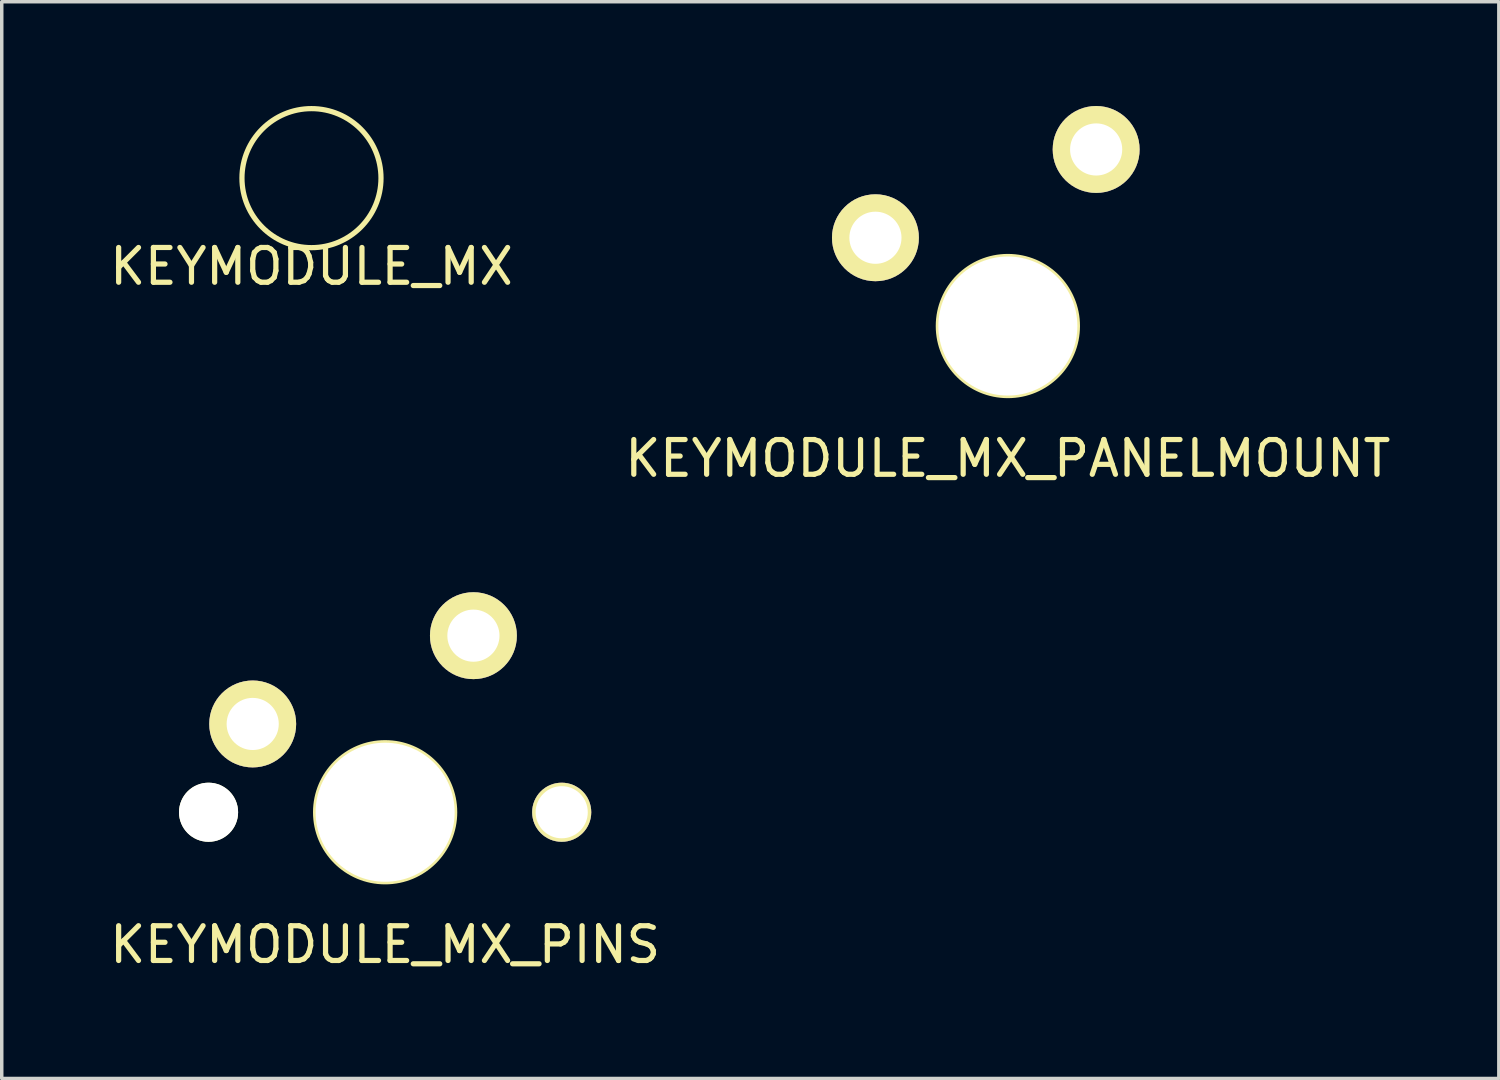
<source format=kicad_pcb>
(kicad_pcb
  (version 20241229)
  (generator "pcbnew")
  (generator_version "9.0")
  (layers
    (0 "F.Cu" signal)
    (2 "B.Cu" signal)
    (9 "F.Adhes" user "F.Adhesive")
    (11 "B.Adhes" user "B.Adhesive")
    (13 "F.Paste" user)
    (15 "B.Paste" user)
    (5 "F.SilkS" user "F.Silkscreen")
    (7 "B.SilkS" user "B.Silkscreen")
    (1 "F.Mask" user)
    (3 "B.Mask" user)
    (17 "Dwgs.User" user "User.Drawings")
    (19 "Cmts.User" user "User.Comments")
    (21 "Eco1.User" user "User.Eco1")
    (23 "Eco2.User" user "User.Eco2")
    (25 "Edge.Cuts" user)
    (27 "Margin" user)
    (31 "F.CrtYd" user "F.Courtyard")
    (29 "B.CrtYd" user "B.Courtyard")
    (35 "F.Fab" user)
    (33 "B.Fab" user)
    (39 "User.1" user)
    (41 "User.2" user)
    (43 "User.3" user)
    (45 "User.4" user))
  (footprint "KEYMODULE_MX_PINS"
    (layer "F.Cu")
    (at 8.03 20.318)
    (property "Reference" "KEYMODULE_MX_PINS" (at 0 3.81 0) (layer "F.SilkS") (effects (font (size 1 1) (thickness 0.15))))
    (attr through_hole)
    (fp_circle (center 0 0) (end 2 0) (stroke (width 0.15) (type solid)) (fill no) (layer "F.SilkS"))
    (pad "" np_thru_hole circle (at -5.08 0) (size 1.7 1.7) (drill 1.7) (layers "*.Cu" "*.Mask" "F.SilkS"))
    (pad "" np_thru_hole circle (at 0 0) (size 4 4) (drill 4) (layers "*.Cu" "*.Mask" "F.SilkS"))
    (pad "" np_thru_hole circle (at 5.08 0) (size 1.7 1.7) (drill 1.5) (layers "*.Cu" "*.Mask" "F.SilkS"))
    (pad "1" thru_hole circle (at 2.54 -5.08) (size 2.5 2.5) (drill 1.5) (layers "*.Cu" "*.Mask" "F.SilkS"))
    (pad "2" thru_hole circle (at -3.81 -2.54) (size 2.5 2.5) (drill 1.5) (layers "*.Cu" "*.Mask" "F.SilkS")))
  (footprint "KEYMODULE_MX"
    (layer "F.Cu")
    (at 5.911 2.075)
    (property "Reference" "KEYMODULE_MX" (at 0 2.54 0) (layer "F.SilkS") (effects (font (size 1 1) (thickness 0.15))))
    (attr through_hole)
    (fp_circle (center 0 0) (end 2 0) (stroke (width 0.15) (type solid)) (fill no) (layer "F.SilkS")))
  (footprint "KEYMODULE_MX_PANELMOUNT"
    (layer "F.Cu")
    (at 25.946 6.33)
    (property "Reference" "KEYMODULE_MX_PANELMOUNT" (at 0 3.81 0) (layer "F.SilkS") (effects (font (size 1 1) (thickness 0.15))))
    (attr through_hole)
    (fp_circle (center 0 0) (end 2 0) (stroke (width 0.15) (type solid)) (fill no) (layer "F.SilkS"))
    (pad "" np_thru_hole circle (at 0 0) (size 4 4) (drill 4) (layers "*.Cu" "*.Mask" "F.SilkS"))
    (pad "1" thru_hole circle (at -3.81 -2.54) (size 2.5 2.5) (drill 1.5) (layers "*.Cu" "*.Mask" "F.SilkS"))
    (pad "2" thru_hole circle (at 2.54 -5.08) (size 2.5 2.5) (drill 1.5) (layers "*.Cu" "*.Mask" "F.SilkS")))
  (gr_rect
    (start -3 -3)
    (end 40.071 27.977)
    (stroke (width 0.1) (type default))
    (fill no)
    (layer "Edge.Cuts")))
</source>
